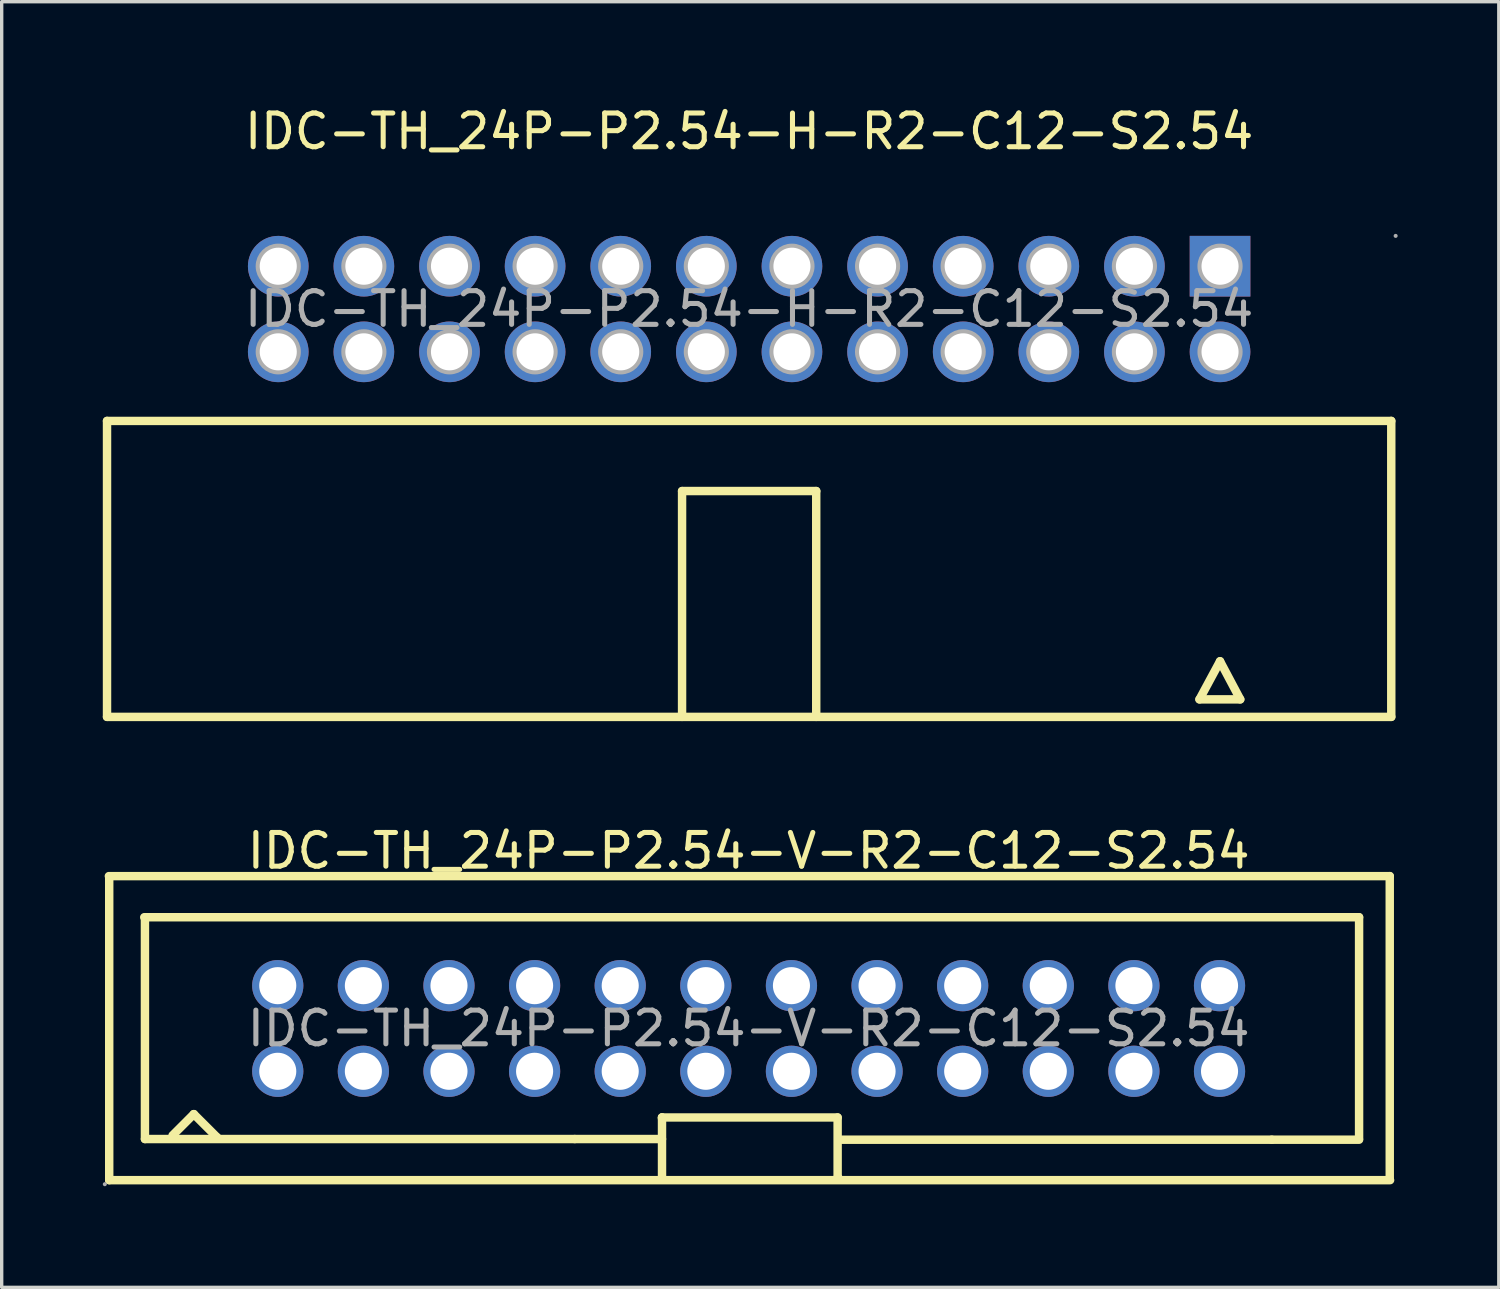
<source format=kicad_pcb>
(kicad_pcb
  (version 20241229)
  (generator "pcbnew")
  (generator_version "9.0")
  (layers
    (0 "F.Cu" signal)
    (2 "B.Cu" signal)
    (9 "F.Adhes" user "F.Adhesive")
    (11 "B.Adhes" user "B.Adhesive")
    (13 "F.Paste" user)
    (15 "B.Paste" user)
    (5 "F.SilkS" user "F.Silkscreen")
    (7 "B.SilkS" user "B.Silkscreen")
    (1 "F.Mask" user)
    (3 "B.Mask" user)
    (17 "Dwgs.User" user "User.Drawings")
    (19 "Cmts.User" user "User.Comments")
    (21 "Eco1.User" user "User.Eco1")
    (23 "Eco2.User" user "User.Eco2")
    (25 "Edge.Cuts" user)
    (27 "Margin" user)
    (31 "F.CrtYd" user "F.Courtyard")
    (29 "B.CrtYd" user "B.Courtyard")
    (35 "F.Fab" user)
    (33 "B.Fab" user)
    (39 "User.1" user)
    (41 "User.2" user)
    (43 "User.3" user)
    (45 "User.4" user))
  (footprint "IDC-TH_24P-P2.54-V-R2-C12-S2.54"
    (layer "F.Cu")
    (at 19.16 27.462)
    (property "Reference" "IDC-TH_24P-P2.54-V-R2-C12-S2.54" (at 0 -5.27 0) (layer "F.SilkS") (effects (font (size 1 1) (thickness 0.15))))
    (attr through_hole)
    (fp_line (start -18.98 -4.52) (end 19.02 -4.52) (stroke (width 0.25) (type solid)) (layer "F.SilkS"))
    (fp_line (start -18.97 4.5) (end -18.97 -4.5) (stroke (width 0.25) (type solid)) (layer "F.SilkS"))
    (fp_line (start -18.97 4.5) (end 19.03 4.5) (stroke (width 0.25) (type solid)) (layer "F.SilkS"))
    (fp_line (start -17.93 -3.3) (end 18.11 -3.3) (stroke (width 0.25) (type solid)) (layer "F.SilkS"))
    (fp_line (start -17.91 3.28) (end -17.91 -3.29) (stroke (width 0.25) (type solid)) (layer "F.SilkS"))
    (fp_line (start -17.91 3.28) (end -5.16 3.28) (stroke (width 0.25) (type solid)) (layer "F.SilkS"))
    (fp_line (start -17.09 3.17) (end -16.46 2.54) (stroke (width 0.25) (type solid)) (layer "F.SilkS"))
    (fp_line (start -16.46 2.54) (end -15.77 3.23) (stroke (width 0.25) (type solid)) (layer "F.SilkS"))
    (fp_line (start -15.77 3.23) (end -15.77 3.25) (stroke (width 0.25) (type solid)) (layer "F.SilkS"))
    (fp_line (start -5.16 3.28) (end -2.57 3.28) (stroke (width 0.25) (type solid)) (layer "F.SilkS"))
    (fp_line (start -2.57 2.64) (end -2.57 4.42) (stroke (width 0.25) (type solid)) (layer "F.SilkS"))
    (fp_line (start -2.57 2.64) (end 2.64 2.64) (stroke (width 0.25) (type solid)) (layer "F.SilkS"))
    (fp_line (start -2.57 2.67) (end -2.57 2.64) (stroke (width 0.25) (type solid)) (layer "F.SilkS"))
    (fp_line (start 2.64 2.64) (end 2.64 4.42) (stroke (width 0.25) (type solid)) (layer "F.SilkS"))
    (fp_line (start 2.64 4.42) (end 2.67 4.44) (stroke (width 0.25) (type solid)) (layer "F.SilkS"))
    (fp_line (start 2.77 3.3) (end 15.52 3.3) (stroke (width 0.25) (type solid)) (layer "F.SilkS"))
    (fp_line (start 15.52 3.3) (end 18.11 3.3) (stroke (width 0.25) (type solid)) (layer "F.SilkS"))
    (fp_line (start 18.11 -3.3) (end 18.11 3.27) (stroke (width 0.25) (type solid)) (layer "F.SilkS"))
    (fp_line (start 19.02 -4.52) (end 19.02 4.48) (stroke (width 0.25) (type solid)) (layer "F.SilkS"))
    (fp_circle (center -19.1 4.62) (end -19.07 4.62) (stroke (width 0.06) (type solid)) (fill no) (layer "F.Fab"))
    (fp_circle (center -13.97 -1.27) (end -13.74 -1.27) (stroke (width 0.45) (type solid)) (fill no) (layer "F.Fab"))
    (fp_circle (center -13.97 1.27) (end -13.74 1.27) (stroke (width 0.45) (type solid)) (fill no) (layer "F.Fab"))
    (fp_circle (center -11.43 -1.27) (end -11.2 -1.27) (stroke (width 0.45) (type solid)) (fill no) (layer "F.Fab"))
    (fp_circle (center -11.43 1.27) (end -11.2 1.27) (stroke (width 0.45) (type solid)) (fill no) (layer "F.Fab"))
    (fp_circle (center -8.89 -1.27) (end -8.66 -1.27) (stroke (width 0.45) (type solid)) (fill no) (layer "F.Fab"))
    (fp_circle (center -8.89 1.27) (end -8.66 1.27) (stroke (width 0.45) (type solid)) (fill no) (layer "F.Fab"))
    (fp_circle (center -6.35 -1.27) (end -6.12 -1.27) (stroke (width 0.45) (type solid)) (fill no) (layer "F.Fab"))
    (fp_circle (center -6.35 1.27) (end -6.12 1.27) (stroke (width 0.45) (type solid)) (fill no) (layer "F.Fab"))
    (fp_circle (center -3.81 -1.27) (end -3.58 -1.27) (stroke (width 0.45) (type solid)) (fill no) (layer "F.Fab"))
    (fp_circle (center -3.81 1.27) (end -3.58 1.27) (stroke (width 0.45) (type solid)) (fill no) (layer "F.Fab"))
    (fp_circle (center -1.27 -1.27) (end -1.04 -1.27) (stroke (width 0.45) (type solid)) (fill no) (layer "F.Fab"))
    (fp_circle (center -1.27 1.27) (end -1.04 1.27) (stroke (width 0.45) (type solid)) (fill no) (layer "F.Fab"))
    (fp_circle (center 1.27 -1.27) (end 1.5 -1.27) (stroke (width 0.45) (type solid)) (fill no) (layer "F.Fab"))
    (fp_circle (center 1.27 1.27) (end 1.5 1.27) (stroke (width 0.45) (type solid)) (fill no) (layer "F.Fab"))
    (fp_circle (center 3.81 -1.27) (end 4.04 -1.27) (stroke (width 0.45) (type solid)) (fill no) (layer "F.Fab"))
    (fp_circle (center 3.81 1.27) (end 4.04 1.27) (stroke (width 0.45) (type solid)) (fill no) (layer "F.Fab"))
    (fp_circle (center 6.35 -1.27) (end 6.58 -1.27) (stroke (width 0.45) (type solid)) (fill no) (layer "F.Fab"))
    (fp_circle (center 6.35 1.27) (end 6.58 1.27) (stroke (width 0.45) (type solid)) (fill no) (layer "F.Fab"))
    (fp_circle (center 8.89 -1.27) (end 9.12 -1.27) (stroke (width 0.45) (type solid)) (fill no) (layer "F.Fab"))
    (fp_circle (center 8.89 1.27) (end 9.12 1.27) (stroke (width 0.45) (type solid)) (fill no) (layer "F.Fab"))
    (fp_circle (center 11.43 -1.27) (end 11.66 -1.27) (stroke (width 0.45) (type solid)) (fill no) (layer "F.Fab"))
    (fp_circle (center 11.43 1.27) (end 11.66 1.27) (stroke (width 0.45) (type solid)) (fill no) (layer "F.Fab"))
    (fp_circle (center 13.97 -1.27) (end 14.2 -1.27) (stroke (width 0.45) (type solid)) (fill no) (layer "F.Fab"))
    (fp_circle (center 13.97 1.27) (end 14.2 1.27) (stroke (width 0.45) (type solid)) (fill no) (layer "F.Fab"))
    (fp_text user "${REFERENCE}" (at 0 0 0) (layer "F.Fab") (effects (font (size 1 1) (thickness 0.15))))
    (pad "1" thru_hole circle (at -13.97 1.27) (size 1.52 1.52) (drill 1.1) (layers "*.Cu" "*.Paste" "*.Mask"))
    (pad "2" thru_hole circle (at -13.97 -1.27) (size 1.52 1.52) (drill 1.1) (layers "*.Cu" "*.Paste" "*.Mask"))
    (pad "3" thru_hole circle (at -11.43 1.27) (size 1.52 1.52) (drill 1.1) (layers "*.Cu" "*.Paste" "*.Mask"))
    (pad "4" thru_hole circle (at -11.43 -1.27) (size 1.52 1.52) (drill 1.1) (layers "*.Cu" "*.Paste" "*.Mask"))
    (pad "5" thru_hole circle (at -8.89 1.27) (size 1.52 1.52) (drill 1.1) (layers "*.Cu" "*.Paste" "*.Mask"))
    (pad "6" thru_hole circle (at -8.89 -1.27) (size 1.52 1.52) (drill 1.1) (layers "*.Cu" "*.Paste" "*.Mask"))
    (pad "7" thru_hole circle (at -6.35 1.27) (size 1.52 1.52) (drill 1.1) (layers "*.Cu" "*.Paste" "*.Mask"))
    (pad "8" thru_hole circle (at -6.35 -1.27) (size 1.52 1.52) (drill 1.1) (layers "*.Cu" "*.Paste" "*.Mask"))
    (pad "9" thru_hole circle (at -3.81 1.27) (size 1.52 1.52) (drill 1.1) (layers "*.Cu" "*.Paste" "*.Mask"))
    (pad "10" thru_hole circle (at -3.81 -1.27) (size 1.52 1.52) (drill 1.1) (layers "*.Cu" "*.Paste" "*.Mask"))
    (pad "11" thru_hole circle (at -1.27 1.27) (size 1.52 1.52) (drill 1.1) (layers "*.Cu" "*.Paste" "*.Mask"))
    (pad "12" thru_hole circle (at -1.27 -1.27) (size 1.52 1.52) (drill 1.1) (layers "*.Cu" "*.Paste" "*.Mask"))
    (pad "13" thru_hole circle (at 1.27 1.27) (size 1.52 1.52) (drill 1.1) (layers "*.Cu" "*.Paste" "*.Mask"))
    (pad "14" thru_hole circle (at 1.27 -1.27) (size 1.52 1.52) (drill 1.1) (layers "*.Cu" "*.Paste" "*.Mask"))
    (pad "15" thru_hole circle (at 3.81 1.27) (size 1.52 1.52) (drill 1.1) (layers "*.Cu" "*.Paste" "*.Mask"))
    (pad "16" thru_hole circle (at 3.81 -1.27) (size 1.52 1.52) (drill 1.1) (layers "*.Cu" "*.Paste" "*.Mask"))
    (pad "17" thru_hole circle (at 6.35 1.27) (size 1.52 1.52) (drill 1.1) (layers "*.Cu" "*.Paste" "*.Mask"))
    (pad "18" thru_hole circle (at 6.35 -1.27) (size 1.52 1.52) (drill 1.1) (layers "*.Cu" "*.Paste" "*.Mask"))
    (pad "19" thru_hole circle (at 8.89 1.27) (size 1.52 1.52) (drill 1.1) (layers "*.Cu" "*.Paste" "*.Mask"))
    (pad "20" thru_hole circle (at 8.89 -1.27) (size 1.52 1.52) (drill 1.1) (layers "*.Cu" "*.Paste" "*.Mask"))
    (pad "21" thru_hole circle (at 11.43 1.27) (size 1.52 1.52) (drill 1.1) (layers "*.Cu" "*.Paste" "*.Mask"))
    (pad "22" thru_hole circle (at 11.43 -1.27) (size 1.52 1.52) (drill 1.1) (layers "*.Cu" "*.Paste" "*.Mask"))
    (pad "23" thru_hole circle (at 13.97 1.27) (size 1.52 1.52) (drill 1.1) (layers "*.Cu" "*.Paste" "*.Mask"))
    (pad "24" thru_hole circle (at 13.97 -1.27) (size 1.52 1.52) (drill 1.1) (layers "*.Cu" "*.Paste" "*.Mask")))
  (footprint "IDC-TH_24P-P2.54-H-R2-C12-S2.54"
    (layer "F.Cu")
    (at 19.175 6.118)
    (property "Reference" "IDC-TH_24P-P2.54-H-R2-C12-S2.54" (at 0 -5.27 0) (layer "F.SilkS") (effects (font (size 1 1) (thickness 0.15))))
    (attr through_hole)
    (fp_line (start -19.05 12.1) (end -19.05 3.32) (stroke (width 0.25) (type solid)) (layer "F.SilkS"))
    (fp_line (start -1.99 12.1) (end -1.99 5.4) (stroke (width 0.25) (type solid)) (layer "F.SilkS"))
    (fp_line (start 1.99 5.4) (end -1.99 5.4) (stroke (width 0.25) (type solid)) (layer "F.SilkS"))
    (fp_line (start 1.99 12.1) (end 1.99 5.4) (stroke (width 0.25) (type solid)) (layer "F.SilkS"))
    (fp_line (start 13.36 11.58) (end 14.57 11.58) (stroke (width 0.25) (type solid)) (layer "F.SilkS"))
    (fp_line (start 13.97 10.45) (end 13.36 11.58) (stroke (width 0.25) (type solid)) (layer "F.SilkS"))
    (fp_line (start 14.57 11.58) (end 13.97 10.45) (stroke (width 0.25) (type solid)) (layer "F.SilkS"))
    (fp_line (start 19.05 3.32) (end -19.05 3.32) (stroke (width 0.25) (type solid)) (layer "F.SilkS"))
    (fp_line (start 19.05 12.1) (end -19.05 12.1) (stroke (width 0.25) (type solid)) (layer "F.SilkS"))
    (fp_line (start 19.05 12.1) (end 19.05 3.32) (stroke (width 0.25) (type solid)) (layer "F.SilkS"))
    (fp_circle (center -13.97 -1.27) (end -13.75 -1.27) (stroke (width 0.45) (type solid)) (fill no) (layer "F.Fab"))
    (fp_circle (center -13.97 1.27) (end -13.75 1.27) (stroke (width 0.45) (type solid)) (fill no) (layer "F.Fab"))
    (fp_circle (center -11.43 -1.27) (end -11.21 -1.27) (stroke (width 0.45) (type solid)) (fill no) (layer "F.Fab"))
    (fp_circle (center -11.43 1.27) (end -11.21 1.27) (stroke (width 0.45) (type solid)) (fill no) (layer "F.Fab"))
    (fp_circle (center -8.89 -1.27) (end -8.67 -1.27) (stroke (width 0.45) (type solid)) (fill no) (layer "F.Fab"))
    (fp_circle (center -8.89 1.27) (end -8.67 1.27) (stroke (width 0.45) (type solid)) (fill no) (layer "F.Fab"))
    (fp_circle (center -6.35 -1.27) (end -6.13 -1.27) (stroke (width 0.45) (type solid)) (fill no) (layer "F.Fab"))
    (fp_circle (center -6.35 1.27) (end -6.13 1.27) (stroke (width 0.45) (type solid)) (fill no) (layer "F.Fab"))
    (fp_circle (center -3.81 -1.27) (end -3.59 -1.27) (stroke (width 0.45) (type solid)) (fill no) (layer "F.Fab"))
    (fp_circle (center -3.81 1.27) (end -3.59 1.27) (stroke (width 0.45) (type solid)) (fill no) (layer "F.Fab"))
    (fp_circle (center -1.27 -1.27) (end -1.05 -1.27) (stroke (width 0.45) (type solid)) (fill no) (layer "F.Fab"))
    (fp_circle (center -1.27 1.27) (end -1.05 1.27) (stroke (width 0.45) (type solid)) (fill no) (layer "F.Fab"))
    (fp_circle (center 1.27 -1.27) (end 1.49 -1.27) (stroke (width 0.45) (type solid)) (fill no) (layer "F.Fab"))
    (fp_circle (center 1.27 1.27) (end 1.49 1.27) (stroke (width 0.45) (type solid)) (fill no) (layer "F.Fab"))
    (fp_circle (center 3.81 -1.27) (end 4.03 -1.27) (stroke (width 0.45) (type solid)) (fill no) (layer "F.Fab"))
    (fp_circle (center 3.81 1.27) (end 4.03 1.27) (stroke (width 0.45) (type solid)) (fill no) (layer "F.Fab"))
    (fp_circle (center 6.35 -1.27) (end 6.57 -1.27) (stroke (width 0.45) (type solid)) (fill no) (layer "F.Fab"))
    (fp_circle (center 6.35 1.27) (end 6.57 1.27) (stroke (width 0.45) (type solid)) (fill no) (layer "F.Fab"))
    (fp_circle (center 8.89 -1.27) (end 9.11 -1.27) (stroke (width 0.45) (type solid)) (fill no) (layer "F.Fab"))
    (fp_circle (center 8.89 1.27) (end 9.11 1.27) (stroke (width 0.45) (type solid)) (fill no) (layer "F.Fab"))
    (fp_circle (center 11.43 -1.27) (end 11.65 -1.27) (stroke (width 0.45) (type solid)) (fill no) (layer "F.Fab"))
    (fp_circle (center 11.43 1.27) (end 11.65 1.27) (stroke (width 0.45) (type solid)) (fill no) (layer "F.Fab"))
    (fp_circle (center 13.97 -1.27) (end 14.19 -1.27) (stroke (width 0.45) (type solid)) (fill no) (layer "F.Fab"))
    (fp_circle (center 13.97 1.27) (end 14.19 1.27) (stroke (width 0.45) (type solid)) (fill no) (layer "F.Fab"))
    (fp_circle (center 19.18 -2.17) (end 19.21 -2.17) (stroke (width 0.06) (type solid)) (fill no) (layer "F.Fab"))
    (fp_text user "${REFERENCE}" (at 0 0 0) (layer "F.Fab") (effects (font (size 1 1) (thickness 0.15))))
    (pad "1" thru_hole rect (at 13.97 -1.27 180) (size 1.8 1.8) (drill 1.1) (layers "*.Cu" "*.Paste" "*.Mask"))
    (pad "2" thru_hole circle (at 13.97 1.27 180) (size 1.8 1.8) (drill 1.1) (layers "*.Cu" "*.Paste" "*.Mask"))
    (pad "3" thru_hole circle (at 11.43 -1.27 180) (size 1.8 1.8) (drill 1.1) (layers "*.Cu" "*.Paste" "*.Mask"))
    (pad "4" thru_hole circle (at 11.43 1.27 180) (size 1.8 1.8) (drill 1.1) (layers "*.Cu" "*.Paste" "*.Mask"))
    (pad "5" thru_hole circle (at 8.89 -1.27 180) (size 1.8 1.8) (drill 1.1) (layers "*.Cu" "*.Paste" "*.Mask"))
    (pad "6" thru_hole circle (at 8.89 1.27 180) (size 1.8 1.8) (drill 1.1) (layers "*.Cu" "*.Paste" "*.Mask"))
    (pad "7" thru_hole circle (at 6.35 -1.27 180) (size 1.8 1.8) (drill 1.1) (layers "*.Cu" "*.Paste" "*.Mask"))
    (pad "8" thru_hole circle (at 6.35 1.27 180) (size 1.8 1.8) (drill 1.1) (layers "*.Cu" "*.Paste" "*.Mask"))
    (pad "9" thru_hole circle (at 3.81 -1.27 180) (size 1.8 1.8) (drill 1.1) (layers "*.Cu" "*.Paste" "*.Mask"))
    (pad "10" thru_hole circle (at 3.81 1.27 180) (size 1.8 1.8) (drill 1.1) (layers "*.Cu" "*.Paste" "*.Mask"))
    (pad "11" thru_hole circle (at 1.27 -1.27 180) (size 1.8 1.8) (drill 1.1) (layers "*.Cu" "*.Paste" "*.Mask"))
    (pad "12" thru_hole circle (at 1.27 1.27 180) (size 1.8 1.8) (drill 1.1) (layers "*.Cu" "*.Paste" "*.Mask"))
    (pad "13" thru_hole circle (at -1.27 -1.27 180) (size 1.8 1.8) (drill 1.1) (layers "*.Cu" "*.Paste" "*.Mask"))
    (pad "14" thru_hole circle (at -1.27 1.27 180) (size 1.8 1.8) (drill 1.1) (layers "*.Cu" "*.Paste" "*.Mask"))
    (pad "15" thru_hole circle (at -3.81 -1.27 180) (size 1.8 1.8) (drill 1.1) (layers "*.Cu" "*.Paste" "*.Mask"))
    (pad "16" thru_hole circle (at -3.81 1.27 180) (size 1.8 1.8) (drill 1.1) (layers "*.Cu" "*.Paste" "*.Mask"))
    (pad "17" thru_hole circle (at -6.35 -1.27 180) (size 1.8 1.8) (drill 1.1) (layers "*.Cu" "*.Paste" "*.Mask"))
    (pad "18" thru_hole circle (at -6.35 1.27 180) (size 1.8 1.8) (drill 1.1) (layers "*.Cu" "*.Paste" "*.Mask"))
    (pad "19" thru_hole circle (at -8.89 -1.27 180) (size 1.8 1.8) (drill 1.1) (layers "*.Cu" "*.Paste" "*.Mask"))
    (pad "20" thru_hole circle (at -8.89 1.27 180) (size 1.8 1.8) (drill 1.1) (layers "*.Cu" "*.Paste" "*.Mask"))
    (pad "21" thru_hole circle (at -11.43 -1.27 180) (size 1.8 1.8) (drill 1.1) (layers "*.Cu" "*.Paste" "*.Mask"))
    (pad "22" thru_hole circle (at -11.43 1.27 180) (size 1.8 1.8) (drill 1.1) (layers "*.Cu" "*.Paste" "*.Mask"))
    (pad "23" thru_hole circle (at -13.97 -1.27 180) (size 1.8 1.8) (drill 1.1) (layers "*.Cu" "*.Paste" "*.Mask"))
    (pad "24" thru_hole circle (at -13.97 1.27 180) (size 1.8 1.8) (drill 1.1) (layers "*.Cu" "*.Paste" "*.Mask")))
  (gr_rect
    (start -3 -3)
    (end 41.415 35.142)
    (stroke (width 0.1) (type default))
    (fill no)
    (layer "Edge.Cuts")))
</source>
